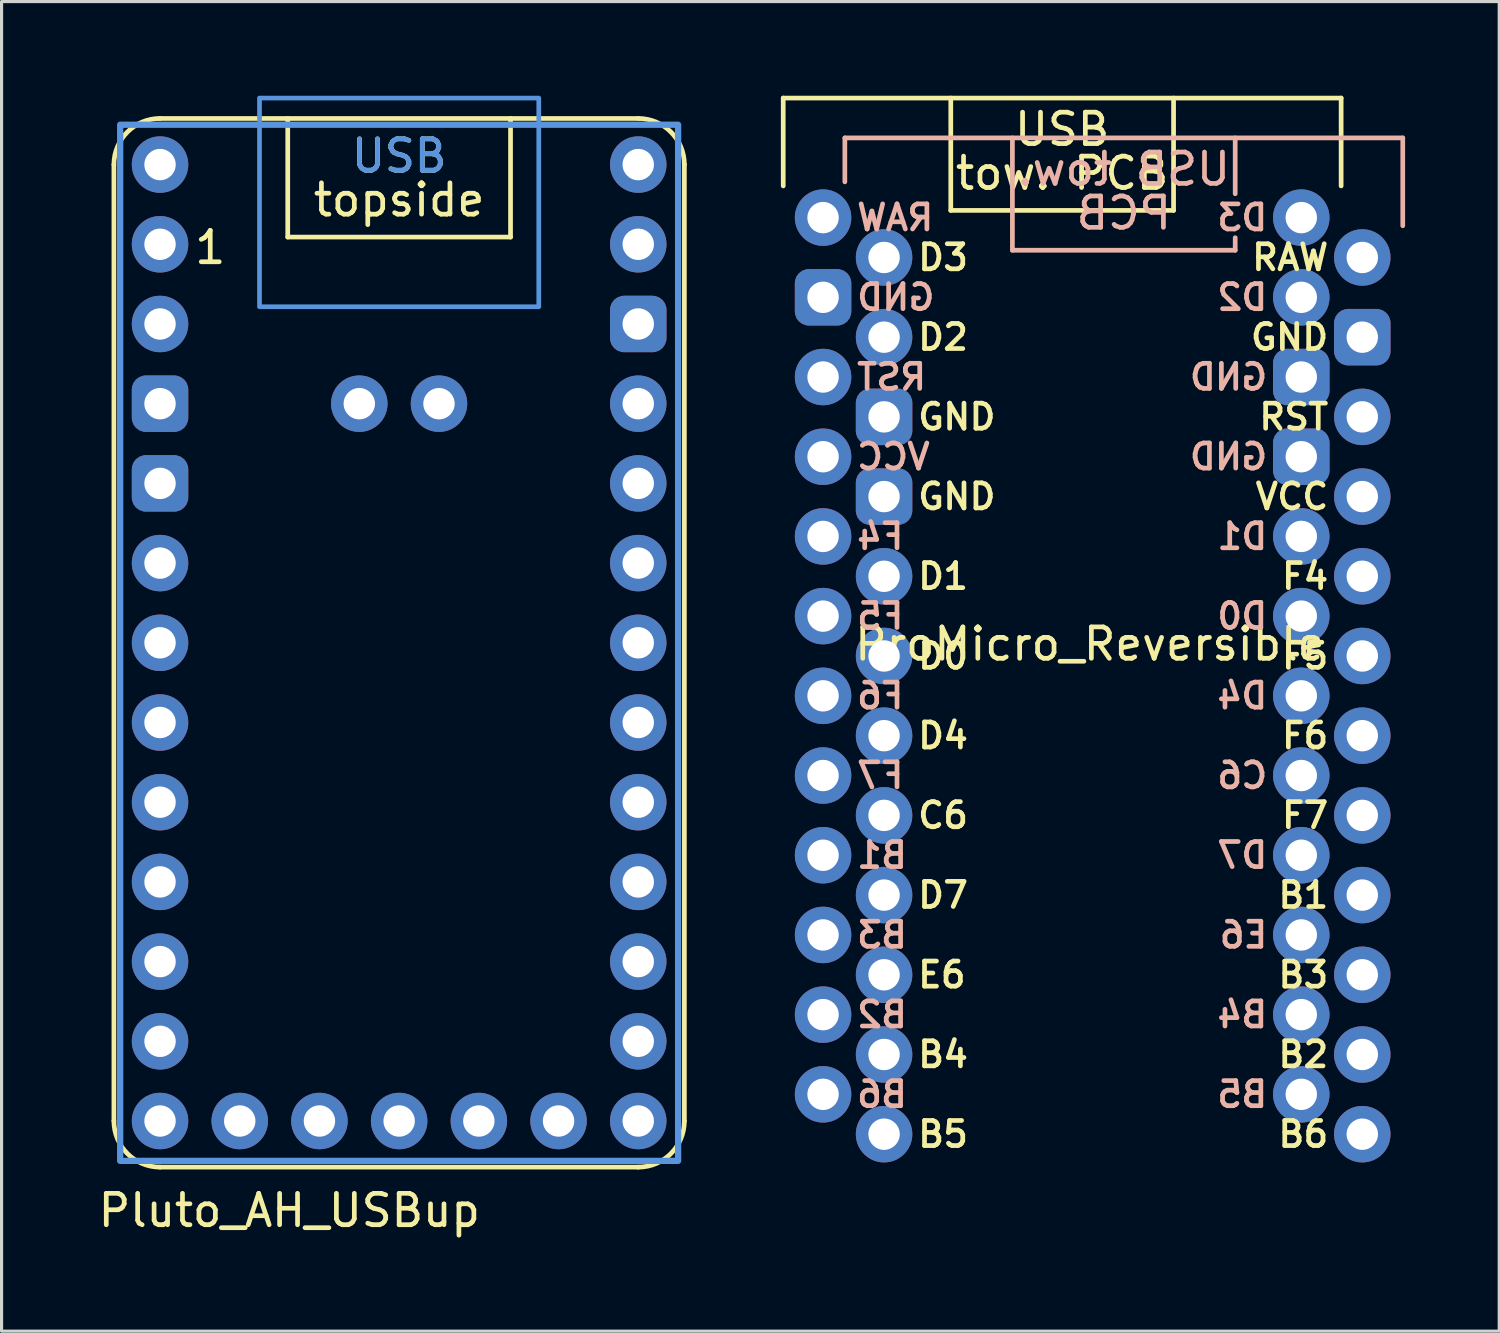
<source format=kicad_pcb>
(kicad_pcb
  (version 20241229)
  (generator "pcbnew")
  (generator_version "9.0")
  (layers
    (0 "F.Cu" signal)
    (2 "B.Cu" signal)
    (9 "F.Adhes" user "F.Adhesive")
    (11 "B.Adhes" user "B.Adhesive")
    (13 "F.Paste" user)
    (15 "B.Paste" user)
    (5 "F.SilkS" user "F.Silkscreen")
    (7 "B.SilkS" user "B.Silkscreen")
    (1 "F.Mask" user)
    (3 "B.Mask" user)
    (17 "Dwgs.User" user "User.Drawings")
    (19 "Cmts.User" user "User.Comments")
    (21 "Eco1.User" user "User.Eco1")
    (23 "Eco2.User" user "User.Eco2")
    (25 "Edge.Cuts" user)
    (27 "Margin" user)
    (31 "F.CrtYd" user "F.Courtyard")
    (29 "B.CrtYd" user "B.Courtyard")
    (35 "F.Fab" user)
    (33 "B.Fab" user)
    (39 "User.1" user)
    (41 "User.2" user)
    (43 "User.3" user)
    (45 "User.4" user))
  (footprint "ProMicro_Reversible"
    (layer "F.Cu")
    (at 31.772 18.49)
    (property "Reference" "ProMicro_Reversible" (at -0.089 -1.016 0) (unlocked yes) (layer "F.SilkS") (effects (font (size 1 1) (thickness 0.15))))
    (attr through_hole exclude_from_pos_files exclude_from_bom)
    (fp_line (start -9.862 -18.415) (end -9.862 -15.615) (stroke (width 0.15) (type default)) (layer "F.SilkS"))
    (fp_line (start -4.522 -14.835) (end -4.522 -18.415) (stroke (width 0.15) (type default)) (layer "F.SilkS"))
    (fp_line (start 2.578 -14.835) (end -4.522 -14.835) (stroke (width 0.15) (type default)) (layer "F.SilkS"))
    (fp_line (start 2.578 -14.835) (end 2.578 -18.415) (stroke (width 0.15) (type default)) (layer "F.SilkS"))
    (fp_line (start 7.918 -18.415) (end -9.862 -18.415) (stroke (width 0.15) (type default)) (layer "F.SilkS"))
    (fp_line (start 7.918 -18.415) (end 7.918 -15.615) (stroke (width 0.15) (type default)) (layer "F.SilkS"))
    (fp_line (start -7.898 -17.145) (end -7.898 -15.745) (stroke (width 0.15) (type default)) (layer "B.SilkS"))
    (fp_line (start -7.898 -17.145) (end 9.882 -17.145) (stroke (width 0.15) (type default)) (layer "B.SilkS"))
    (fp_line (start -2.558 -13.565) (end -2.558 -17.145) (stroke (width 0.15) (type default)) (layer "B.SilkS"))
    (fp_line (start -2.558 -13.565) (end 4.542 -13.565) (stroke (width 0.15) (type default)) (layer "B.SilkS"))
    (fp_line (start 4.542 -15.365) (end 4.542 -17.145) (stroke (width 0.15) (type default)) (layer "B.SilkS"))
    (fp_line (start 4.542 -13.565) (end 4.542 -13.965) (stroke (width 0.15) (type default)) (layer "B.SilkS"))
    (fp_line (start 9.882 -17.145) (end 9.882 -14.345) (stroke (width 0.15) (type default)) (layer "B.SilkS"))
    (fp_text user "GND" (at 7.592 -10.795 0) (unlocked yes) (layer "F.SilkS") (effects (font (size 0.8 0.8) (thickness 0.15)) (justify right)))
    (fp_text user "F7" (at 7.592 4.445 0) (unlocked yes) (layer "F.SilkS") (effects (font (size 0.8 0.8) (thickness 0.15)) (justify right)))
    (fp_text user "D2" (at -5.648 -10.795 0) (unlocked yes) (layer "F.SilkS") (effects (font (size 0.8 0.8) (thickness 0.15)) (justify left)))
    (fp_text user "RST" (at 7.592 -8.255 0) (unlocked yes) (layer "F.SilkS") (effects (font (size 0.8 0.8) (thickness 0.15)) (justify right)))
    (fp_text user "RAW" (at 7.592 -13.335 0) (unlocked yes) (layer "F.SilkS") (effects (font (size 0.8 0.8) (thickness 0.15)) (justify right)))
    (fp_text user "D0" (at -5.648 -0.635 0) (unlocked yes) (layer "F.SilkS") (effects (font (size 0.8 0.8) (thickness 0.15)) (justify left)))
    (fp_text user "F6" (at 7.592 1.905 0) (unlocked yes) (layer "F.SilkS") (effects (font (size 0.8 0.8) (thickness 0.15)) (justify right)))
    (fp_text user "B5" (at -5.648 14.605 0) (unlocked yes) (layer "F.SilkS") (effects (font (size 0.8 0.8) (thickness 0.15)) (justify left)))
    (fp_text user "F5" (at 7.592 -0.635 0) (unlocked yes) (layer "F.SilkS") (effects (font (size 0.8 0.8) (thickness 0.15)) (justify right)))
    (fp_text user "B2" (at 7.592 12.065 0) (unlocked yes) (layer "F.SilkS") (effects (font (size 0.8 0.8) (thickness 0.15)) (justify right)))
    (fp_text user "B4" (at -5.648 12.065 0) (unlocked yes) (layer "F.SilkS") (effects (font (size 0.8 0.8) (thickness 0.15)) (justify left)))
    (fp_text user "USB" (at -0.972 -16.835 0) (unlocked yes) (layer "F.SilkS") (effects (font (size 1 1) (thickness 0.15)) (justify bottom)))
    (fp_text user "D7" (at -5.648 6.985 0) (unlocked yes) (layer "F.SilkS") (effects (font (size 0.8 0.8) (thickness 0.15)) (justify left)))
    (fp_text user "B1" (at 7.592 6.985 0) (unlocked yes) (layer "F.SilkS") (effects (font (size 0.8 0.8) (thickness 0.15)) (justify right)))
    (fp_text user "B6" (at 7.592 14.605 0) (unlocked yes) (layer "F.SilkS") (effects (font (size 0.8 0.8) (thickness 0.15)) (justify right)))
    (fp_text user "VCC" (at 7.592 -5.715 0) (unlocked yes) (layer "F.SilkS") (effects (font (size 0.8 0.8) (thickness 0.15)) (justify right)))
    (fp_text user "C6" (at -5.648 4.445 0) (unlocked yes) (layer "F.SilkS") (effects (font (size 0.8 0.8) (thickness 0.15)) (justify left)))
    (fp_text user "D3" (at -5.648 -13.335 0) (unlocked yes) (layer "F.SilkS") (effects (font (size 0.8 0.8) (thickness 0.15)) (justify left)))
    (fp_text user "B3" (at 7.592 9.525 0) (unlocked yes) (layer "F.SilkS") (effects (font (size 0.8 0.8) (thickness 0.15)) (justify right)))
    (fp_text user "GND" (at -5.648 -5.715 0) (unlocked yes) (layer "F.SilkS") (effects (font (size 0.8 0.8) (thickness 0.15)) (justify left)))
    (fp_text user "D1" (at -5.648 -3.175 0) (unlocked yes) (layer "F.SilkS") (effects (font (size 0.8 0.8) (thickness 0.15)) (justify left)))
    (fp_text user "F4" (at 7.592 -3.175 0) (unlocked yes) (layer "F.SilkS") (effects (font (size 0.8 0.8) (thickness 0.15)) (justify right)))
    (fp_text user "GND" (at -5.648 -8.255 0) (unlocked yes) (layer "F.SilkS") (effects (font (size 0.8 0.8) (thickness 0.15)) (justify left)))
    (fp_text user "tow. PCB" (at -0.972 -15.435 0) (unlocked yes) (layer "F.SilkS") (effects (font (size 1 1) (thickness 0.15)) (justify bottom)))
    (fp_text user "D4" (at -5.648 1.905 0) (unlocked yes) (layer "F.SilkS") (effects (font (size 0.8 0.8) (thickness 0.15)) (justify left)))
    (fp_text user "E6" (at -5.648 9.525 0) (unlocked yes) (layer "F.SilkS") (effects (font (size 0.8 0.8) (thickness 0.15)) (justify left)))
    (fp_text user "B1" (at -7.592 5.715 0) (unlocked yes) (layer "B.SilkS") (effects (font (size 0.8 0.8) (thickness 0.15)) (justify right mirror)))
    (fp_text user "F4" (at -7.592 -4.445 0) (unlocked yes) (layer "B.SilkS") (effects (font (size 0.8 0.8) (thickness 0.15)) (justify right mirror)))
    (fp_text user "D3" (at 5.648 -14.605 0) (unlocked yes) (layer "B.SilkS") (effects (font (size 0.8 0.8) (thickness 0.15)) (justify left mirror)))
    (fp_text user "C6" (at 5.648 3.175 0) (unlocked yes) (layer "B.SilkS") (effects (font (size 0.8 0.8) (thickness 0.15)) (justify left mirror)))
    (fp_text user "B3" (at -7.592 8.255 0) (unlocked yes) (layer "B.SilkS") (effects (font (size 0.8 0.8) (thickness 0.15)) (justify right mirror)))
    (fp_text user "GND" (at 5.648 -9.525 0) (unlocked yes) (layer "B.SilkS") (effects (font (size 0.8 0.8) (thickness 0.15)) (justify left mirror)))
    (fp_text user "E6" (at 5.648 8.255 0) (unlocked yes) (layer "B.SilkS") (effects (font (size 0.8 0.8) (thickness 0.15)) (justify left mirror)))
    (fp_text user "D7" (at 5.648 5.715 0) (unlocked yes) (layer "B.SilkS") (effects (font (size 0.8 0.8) (thickness 0.15)) (justify left mirror)))
    (fp_text user "RST" (at -7.592 -9.525 0) (unlocked yes) (layer "B.SilkS") (effects (font (size 0.8 0.8) (thickness 0.15)) (justify right mirror)))
    (fp_text user "D4" (at 5.648 0.635 0) (unlocked yes) (layer "B.SilkS") (effects (font (size 0.8 0.8) (thickness 0.15)) (justify left mirror)))
    (fp_text user "B2" (at -7.592 10.795 0) (unlocked yes) (layer "B.SilkS") (effects (font (size 0.8 0.8) (thickness 0.15)) (justify right mirror)))
    (fp_text user "B5" (at 5.648 13.335 0) (unlocked yes) (layer "B.SilkS") (effects (font (size 0.8 0.8) (thickness 0.15)) (justify left mirror)))
    (fp_text user "USB tow." (at 0.992 -15.565 0) (unlocked yes) (layer "B.SilkS") (effects (font (size 1 1) (thickness 0.15)) (justify bottom mirror)))
    (fp_text user "F6" (at -7.592 0.635 0) (unlocked yes) (layer "B.SilkS") (effects (font (size 0.8 0.8) (thickness 0.15)) (justify right mirror)))
    (fp_text user "RAW" (at -7.592 -14.605 0) (unlocked yes) (layer "B.SilkS") (effects (font (size 0.8 0.8) (thickness 0.15)) (justify right mirror)))
    (fp_text user "VCC" (at -7.592 -6.985 0) (unlocked yes) (layer "B.SilkS") (effects (font (size 0.8 0.8) (thickness 0.15)) (justify right mirror)))
    (fp_text user "D2" (at 5.648 -12.065 0) (unlocked yes) (layer "B.SilkS") (effects (font (size 0.8 0.8) (thickness 0.15)) (justify left mirror)))
    (fp_text user "PCB" (at 0.992 -14.165 0) (unlocked yes) (layer "B.SilkS") (effects (font (size 1 1) (thickness 0.15)) (justify bottom mirror)))
    (fp_text user "F7" (at -7.592 3.175 0) (unlocked yes) (layer "B.SilkS") (effects (font (size 0.8 0.8) (thickness 0.15)) (justify right mirror)))
    (fp_text user "F5" (at -7.592 -1.905 0) (unlocked yes) (layer "B.SilkS") (effects (font (size 0.8 0.8) (thickness 0.15)) (justify right mirror)))
    (fp_text user "GND" (at -7.592 -12.065 0) (unlocked yes) (layer "B.SilkS") (effects (font (size 0.8 0.8) (thickness 0.15)) (justify right mirror)))
    (fp_text user "D0" (at 5.648 -1.905 0) (unlocked yes) (layer "B.SilkS") (effects (font (size 0.8 0.8) (thickness 0.15)) (justify left mirror)))
    (fp_text user "GND" (at 5.648 -6.985 0) (unlocked yes) (layer "B.SilkS") (effects (font (size 0.8 0.8) (thickness 0.15)) (justify left mirror)))
    (fp_text user "D1" (at 5.648 -4.445 0) (unlocked yes) (layer "B.SilkS") (effects (font (size 0.8 0.8) (thickness 0.15)) (justify left mirror)))
    (fp_text user "B6" (at -7.592 13.335 0) (unlocked yes) (layer "B.SilkS") (effects (font (size 0.8 0.8) (thickness 0.15)) (justify right mirror)))
    (fp_text user "B4" (at 5.648 10.795 0) (unlocked yes) (layer "B.SilkS") (effects (font (size 0.8 0.8) (thickness 0.15)) (justify left mirror)))
    (pad "1" thru_hole circle (at -6.648 -13.335) (size 1.8 1.8) (drill 1) (layers "*.Cu" "F.Mask"))
    (pad "1" thru_hole circle (at 6.648 -14.605) (size 1.8 1.8) (drill 1) (layers "*.Cu" "B.Mask"))
    (pad "2" thru_hole circle (at -6.648 -10.795) (size 1.8 1.8) (drill 1) (layers "*.Cu" "F.Mask"))
    (pad "2" thru_hole circle (at 6.648 -12.065) (size 1.8 1.8) (drill 1) (layers "*.Cu" "B.Mask"))
    (pad "3" thru_hole roundrect (at -6.648 -8.255) (size 1.8 1.8) (drill 1) (layers "*.Cu" "F.Mask") (roundrect_rratio 0.25))
    (pad "3" thru_hole roundrect (at 6.648 -9.525) (size 1.8 1.8) (drill 1) (layers "*.Cu" "B.Mask") (roundrect_rratio 0.25))
    (pad "4" thru_hole roundrect (at -6.648 -5.715) (size 1.8 1.8) (drill 1) (layers "*.Cu" "F.Mask") (roundrect_rratio 0.25))
    (pad "4" thru_hole roundrect (at 6.648 -6.985) (size 1.8 1.8) (drill 1) (layers "*.Cu" "B.Mask") (roundrect_rratio 0.25))
    (pad "5" thru_hole circle (at -6.648 -3.175) (size 1.8 1.8) (drill 1) (layers "*.Cu" "F.Mask"))
    (pad "5" thru_hole circle (at 6.648 -4.445) (size 1.8 1.8) (drill 1) (layers "*.Cu" "B.Mask"))
    (pad "6" thru_hole circle (at -6.648 -0.635) (size 1.8 1.8) (drill 1) (layers "*.Cu" "F.Mask"))
    (pad "6" thru_hole circle (at 6.648 -1.905) (size 1.8 1.8) (drill 1) (layers "*.Cu" "B.Mask"))
    (pad "7" thru_hole circle (at -6.648 1.905) (size 1.8 1.8) (drill 1) (layers "*.Cu" "F.Mask"))
    (pad "7" thru_hole circle (at 6.648 0.635) (size 1.8 1.8) (drill 1) (layers "*.Cu" "B.Mask"))
    (pad "8" thru_hole circle (at -6.648 4.445) (size 1.8 1.8) (drill 1) (layers "*.Cu" "F.Mask"))
    (pad "8" thru_hole circle (at 6.648 3.175) (size 1.8 1.8) (drill 1) (layers "*.Cu" "B.Mask"))
    (pad "9" thru_hole circle (at -6.648 6.985) (size 1.8 1.8) (drill 1) (layers "*.Cu" "F.Mask"))
    (pad "9" thru_hole circle (at 6.648 5.715) (size 1.8 1.8) (drill 1) (layers "*.Cu" "B.Mask"))
    (pad "10" thru_hole circle (at -6.648 9.525) (size 1.8 1.8) (drill 1) (layers "*.Cu" "F.Mask"))
    (pad "10" thru_hole circle (at 6.648 8.255) (size 1.8 1.8) (drill 1) (layers "*.Cu" "B.Mask"))
    (pad "11" thru_hole circle (at -6.648 12.065) (size 1.8 1.8) (drill 1) (layers "*.Cu" "F.Mask"))
    (pad "11" thru_hole circle (at 6.648 10.795) (size 1.8 1.8) (drill 1) (layers "*.Cu" "B.Mask"))
    (pad "12" thru_hole circle (at -6.648 14.605) (size 1.8 1.8) (drill 1) (layers "*.Cu" "F.Mask"))
    (pad "12" thru_hole circle (at 6.648 13.335) (size 1.8 1.8) (drill 1) (layers "*.Cu" "B.Mask"))
    (pad "13" thru_hole circle (at -8.592 -14.605) (size 1.8 1.8) (drill 1) (layers "*.Cu" "B.Mask"))
    (pad "13" thru_hole circle (at 8.592 -13.335) (size 1.8 1.8) (drill 1) (layers "*.Cu" "F.Mask"))
    (pad "14" thru_hole roundrect (at -8.592 -12.065) (size 1.8 1.8) (drill 1) (layers "*.Cu" "B.Mask") (roundrect_rratio 0.25))
    (pad "14" thru_hole roundrect (at 8.592 -10.795) (size 1.8 1.8) (drill 1) (layers "*.Cu" "F.Mask") (roundrect_rratio 0.25))
    (pad "15" thru_hole circle (at -8.592 -9.525) (size 1.8 1.8) (drill 1) (layers "*.Cu" "B.Mask"))
    (pad "15" thru_hole circle (at 8.592 -8.255) (size 1.8 1.8) (drill 1) (layers "*.Cu" "F.Mask"))
    (pad "16" thru_hole circle (at -8.592 -6.985) (size 1.8 1.8) (drill 1) (layers "*.Cu" "B.Mask"))
    (pad "16" thru_hole circle (at 8.592 -5.715) (size 1.8 1.8) (drill 1) (layers "*.Cu" "F.Mask"))
    (pad "17" thru_hole circle (at -8.592 -4.445) (size 1.8 1.8) (drill 1) (layers "*.Cu" "B.Mask"))
    (pad "17" thru_hole circle (at 8.592 -3.175) (size 1.8 1.8) (drill 1) (layers "*.Cu" "F.Mask"))
    (pad "18" thru_hole circle (at -8.592 -1.905) (size 1.8 1.8) (drill 1) (layers "*.Cu" "B.Mask"))
    (pad "18" thru_hole circle (at 8.592 -0.635) (size 1.8 1.8) (drill 1) (layers "*.Cu" "F.Mask"))
    (pad "19" thru_hole circle (at -8.592 0.635) (size 1.8 1.8) (drill 1) (layers "*.Cu" "B.Mask"))
    (pad "19" thru_hole circle (at 8.592 1.905) (size 1.8 1.8) (drill 1) (layers "*.Cu" "F.Mask"))
    (pad "20" thru_hole circle (at -8.592 3.175) (size 1.8 1.8) (drill 1) (layers "*.Cu" "B.Mask"))
    (pad "20" thru_hole circle (at 8.592 4.445) (size 1.8 1.8) (drill 1) (layers "*.Cu" "F.Mask"))
    (pad "21" thru_hole circle (at -8.592 5.715) (size 1.8 1.8) (drill 1) (layers "*.Cu" "B.Mask"))
    (pad "21" thru_hole circle (at 8.592 6.985) (size 1.8 1.8) (drill 1) (layers "*.Cu" "F.Mask"))
    (pad "22" thru_hole circle (at -8.592 8.255) (size 1.8 1.8) (drill 1) (layers "*.Cu" "B.Mask"))
    (pad "22" thru_hole circle (at 8.592 9.525) (size 1.8 1.8) (drill 1) (layers "*.Cu" "F.Mask"))
    (pad "23" thru_hole circle (at -8.592 10.795) (size 1.8 1.8) (drill 1) (layers "*.Cu" "B.Mask"))
    (pad "23" thru_hole circle (at 8.592 12.065) (size 1.8 1.8) (drill 1) (layers "*.Cu" "F.Mask"))
    (pad "24" thru_hole circle (at -8.592 13.335) (size 1.8 1.8) (drill 1) (layers "*.Cu" "B.Mask"))
    (pad "24" thru_hole circle (at 8.592 14.605) (size 1.8 1.8) (drill 1) (layers "*.Cu" "F.Mask")))
  (footprint "Pluto_AH_USBup"
    (layer "F.Cu")
    (at 9.67 18.705)
    (property "Reference" "Pluto_AH_USBup" (at -9.67 16.82 0) (layer "F.SilkS") (effects (font (size 1 1) (thickness 0.15)) (justify left)))
    (attr through_hole exclude_from_pos_files exclude_from_bom)
    (fp_line (start -9.09 -16.51) (end -9.09 13.97) (stroke (width 0.15) (type default)) (layer "F.SilkS"))
    (fp_line (start -7.62 15.44) (end 7.62 15.44) (stroke (width 0.15) (type default)) (layer "F.SilkS"))
    (fp_line (start -3.55 -14.2) (end -3.55 -17.98) (stroke (width 0.15) (type default)) (layer "F.SilkS"))
    (fp_line (start 3.55 -14.2) (end -3.55 -14.2) (stroke (width 0.15) (type default)) (layer "F.SilkS"))
    (fp_line (start 3.55 -14.2) (end 3.55 -17.98) (stroke (width 0.15) (type default)) (layer "F.SilkS"))
    (fp_line (start 7.62 -17.98) (end -7.62 -17.98) (stroke (width 0.15) (type default)) (layer "F.SilkS"))
    (fp_line (start 9.09 13.97) (end 9.09 -16.51) (stroke (width 0.15) (type default)) (layer "F.SilkS"))
    (fp_arc (start -9.09 -16.51) (mid -8.659447 -17.549446) (end -7.62 -17.98) (stroke (width 0.15) (type default)) (layer "F.SilkS"))
    (fp_arc (start -7.62 15.44) (mid -8.659447 15.009447) (end -9.09 13.97) (stroke (width 0.15) (type default)) (layer "F.SilkS"))
    (fp_arc (start 7.62 -17.98) (mid 8.659447 -17.549447) (end 9.09 -16.51) (stroke (width 0.15) (type default)) (layer "F.SilkS"))
    (fp_arc (start 9.09 13.97) (mid 8.659447 15.009447) (end 7.62 15.44) (stroke (width 0.15) (type default)) (layer "F.SilkS"))
    (fp_rect (start -4.45 -18.63) (end 4.45 -11.98) (stroke (width 0.15) (type default)) (fill no) (layer "Cmts.User"))
    (fp_rect (start 8.89 -17.78) (end -8.89 15.24) (stroke (width 0.2) (type solid)) (fill no) (layer "Cmts.User"))
    (fp_text user "topside" (at 0 -14.8 0) (unlocked yes) (layer "F.SilkS") (effects (font (size 1 1) (thickness 0.15)) (justify bottom)))
    (fp_text user "USB" (at 0 -16.2 0) (unlocked yes) (layer "F.SilkS") (effects (font (size 1 1) (thickness 0.15)) (justify bottom)))
    (fp_text user "1" (at -6.02 -13.283 0) (layer "F.SilkS") (effects (font (size 1 1) (thickness 0.15)) (justify bottom)))
    (fp_text user "USB" (at 0 -16.2 0) (layer "Cmts.User") (effects (font (size 1 1) (thickness 0.15)) (justify bottom)))
    (pad "1" thru_hole circle (at -7.62 -13.97) (size 1.8 1.8) (drill 1) (layers "*.Cu" "B.Mask"))
    (pad "2" thru_hole circle (at -7.62 -11.43) (size 1.8 1.8) (drill 1) (layers "*.Cu" "B.Mask"))
    (pad "3" thru_hole roundrect (at -7.62 -8.89) (size 1.8 1.8) (drill 1) (layers "*.Cu" "B.Mask") (roundrect_rratio 0.25))
    (pad "4" thru_hole roundrect (at -7.62 -6.35) (size 1.8 1.8) (drill 1) (layers "*.Cu" "B.Mask") (roundrect_rratio 0.25))
    (pad "5" thru_hole circle (at -7.62 -3.81) (size 1.8 1.8) (drill 1) (layers "*.Cu" "B.Mask"))
    (pad "6" thru_hole circle (at -7.62 -1.27) (size 1.8 1.8) (drill 1) (layers "*.Cu" "B.Mask"))
    (pad "7" thru_hole circle (at -7.62 1.27) (size 1.8 1.8) (drill 1) (layers "*.Cu" "B.Mask"))
    (pad "8" thru_hole circle (at -7.62 3.81) (size 1.8 1.8) (drill 1) (layers "*.Cu" "B.Mask"))
    (pad "9" thru_hole circle (at -7.62 6.35) (size 1.8 1.8) (drill 1) (layers "*.Cu" "B.Mask"))
    (pad "10" thru_hole circle (at -7.62 8.89) (size 1.8 1.8) (drill 1) (layers "*.Cu" "B.Mask"))
    (pad "11" thru_hole circle (at -7.62 11.43) (size 1.8 1.8) (drill 1) (layers "*.Cu" "B.Mask"))
    (pad "12" thru_hole circle (at -7.62 13.97) (size 1.8 1.8) (drill 1) (layers "*.Cu" "B.Mask"))
    (pad "13" thru_hole circle (at 7.62 -13.97) (size 1.8 1.8) (drill 1) (layers "*.Cu" "B.Mask"))
    (pad "14" thru_hole roundrect (at 7.62 -11.43) (size 1.8 1.8) (drill 1) (layers "*.Cu" "B.Mask") (roundrect_rratio 0.25))
    (pad "15" thru_hole circle (at 7.62 -8.89) (size 1.8 1.8) (drill 1) (layers "*.Cu" "B.Mask"))
    (pad "16" thru_hole circle (at 7.62 -6.35) (size 1.8 1.8) (drill 1) (layers "*.Cu" "B.Mask"))
    (pad "17" thru_hole circle (at 7.62 -3.81) (size 1.8 1.8) (drill 1) (layers "*.Cu" "B.Mask"))
    (pad "18" thru_hole circle (at 7.62 -1.27) (size 1.8 1.8) (drill 1) (layers "*.Cu" "B.Mask"))
    (pad "19" thru_hole circle (at 7.62 1.27) (size 1.8 1.8) (drill 1) (layers "*.Cu" "B.Mask"))
    (pad "20" thru_hole circle (at 7.62 3.81) (size 1.8 1.8) (drill 1) (layers "*.Cu" "B.Mask"))
    (pad "21" thru_hole circle (at 7.62 6.35) (size 1.8 1.8) (drill 1) (layers "*.Cu" "B.Mask"))
    (pad "22" thru_hole circle (at 7.62 8.89) (size 1.8 1.8) (drill 1) (layers "*.Cu" "B.Mask"))
    (pad "23" thru_hole circle (at 7.62 11.43) (size 1.8 1.8) (drill 1) (layers "*.Cu" "B.Mask"))
    (pad "24" thru_hole circle (at 7.62 13.97) (size 1.8 1.8) (drill 1) (layers "*.Cu" "B.Mask"))
    (pad "25" thru_hole circle (at -5.08 13.97) (size 1.8 1.8) (drill 1) (layers "*.Cu" "B.Mask"))
    (pad "26" thru_hole circle (at -2.54 13.97) (size 1.8 1.8) (drill 1) (layers "*.Cu" "B.Mask"))
    (pad "27" thru_hole circle (at 0 13.97) (size 1.8 1.8) (drill 1) (layers "*.Cu" "B.Mask"))
    (pad "28" thru_hole circle (at 2.54 13.97) (size 1.8 1.8) (drill 1) (layers "*.Cu" "B.Mask"))
    (pad "29" thru_hole circle (at 5.08 13.97) (size 1.8 1.8) (drill 1) (layers "*.Cu" "B.Mask"))
    (pad "30" thru_hole circle (at 7.62 -16.51) (size 1.8 1.8) (drill 1) (layers "*.Cu" "B.Mask"))
    (pad "31" thru_hole circle (at -7.62 -16.51) (size 1.8 1.8) (drill 1) (layers "*.Cu" "B.Mask"))
    (pad "32" thru_hole circle (at -1.27 -8.89) (size 1.8 1.8) (drill 1) (layers "*.Cu" "B.Mask"))
    (pad "33" thru_hole circle (at 1.27 -8.89) (size 1.8 1.8) (drill 1) (layers "*.Cu" "B.Mask")))
  (gr_rect
    (start -3 -3)
    (end 44.728 39.373)
    (stroke (width 0.1) (type default))
    (fill no)
    (layer "Edge.Cuts")))
</source>
